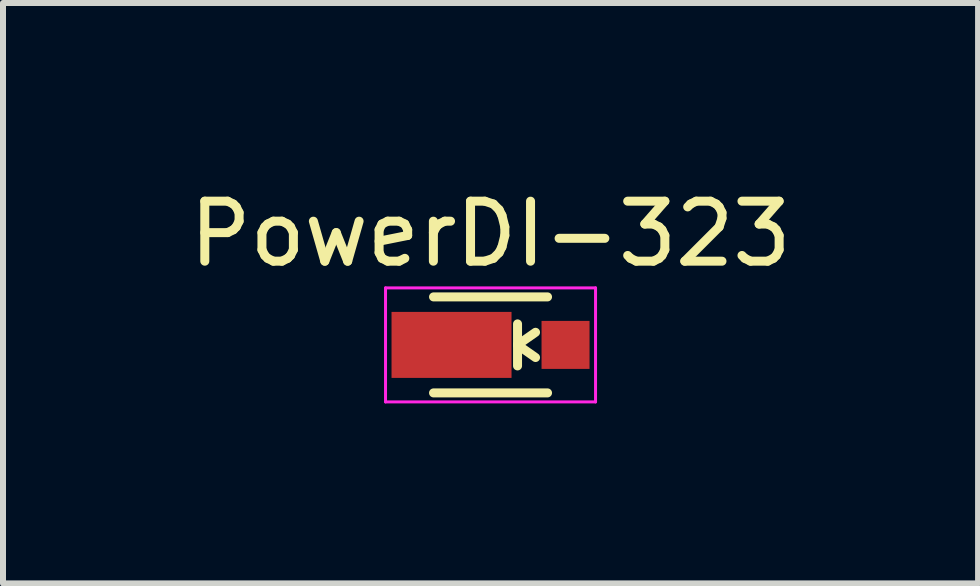
<source format=kicad_pcb>
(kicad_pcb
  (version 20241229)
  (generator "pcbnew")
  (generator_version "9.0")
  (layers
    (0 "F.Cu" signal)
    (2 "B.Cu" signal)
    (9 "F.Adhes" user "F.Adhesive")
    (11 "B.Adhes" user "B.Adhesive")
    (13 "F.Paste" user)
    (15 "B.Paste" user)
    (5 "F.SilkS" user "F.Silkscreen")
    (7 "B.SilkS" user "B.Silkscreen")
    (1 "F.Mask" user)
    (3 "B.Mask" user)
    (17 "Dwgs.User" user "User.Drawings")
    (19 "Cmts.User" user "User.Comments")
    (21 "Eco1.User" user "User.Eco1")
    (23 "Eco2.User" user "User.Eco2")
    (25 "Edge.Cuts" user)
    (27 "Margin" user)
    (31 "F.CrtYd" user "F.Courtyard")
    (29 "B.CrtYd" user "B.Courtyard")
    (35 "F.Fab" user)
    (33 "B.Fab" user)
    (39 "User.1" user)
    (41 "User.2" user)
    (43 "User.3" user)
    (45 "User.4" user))
  (footprint "PowerDI-323"
    (layer "F.Cu")
    (at 5.125 2.698)
    (property "Reference" "PowerDI-323" (at 0 -1.85 0) (layer "F.SilkS") (effects (font (size 1 1) (thickness 0.15))))
    (attr smd)
    (fp_line (start -0.95 -0.8) (end 0.95 -0.8) (stroke (width 0.15) (type solid)) (layer "F.SilkS"))
    (fp_line (start -0.95 0.8) (end 0.95 0.8) (stroke (width 0.15) (type solid)) (layer "F.SilkS"))
    (fp_line (start 0.45 -0.35) (end 0.45 0.35) (stroke (width 0.15) (type solid)) (layer "F.SilkS"))
    (fp_line (start 0.45 0) (end 0.75 -0.21) (stroke (width 0.15) (type solid)) (layer "F.SilkS"))
    (fp_line (start 0.75 0.21) (end 0.45 0) (stroke (width 0.15) (type solid)) (layer "F.SilkS"))
    (fp_line (start -1.75 -0.95) (end -1.75 0.95) (stroke (width 0.05) (type solid)) (layer "F.CrtYd"))
    (fp_line (start -1.75 -0.95) (end 1.75 -0.95) (stroke (width 0.05) (type solid)) (layer "F.CrtYd"))
    (fp_line (start -1.75 0.95) (end 1.75 0.95) (stroke (width 0.05) (type solid)) (layer "F.CrtYd"))
    (fp_line (start 1.75 -0.95) (end 1.75 0.95) (stroke (width 0.05) (type solid)) (layer "F.CrtYd"))
    (pad "1" smd rect (at -0.65 0) (size 2 1.1) (layers "F.Cu" "F.Mask" "F.Paste"))
    (pad "2" smd rect (at 1.25 0) (size 0.8 0.8) (layers "F.Cu" "F.Mask" "F.Paste")))
  (gr_rect
    (start -3 -3)
    (end 13.25 6.673)
    (stroke (width 0.1) (type default))
    (fill no)
    (layer "Edge.Cuts")))
</source>
